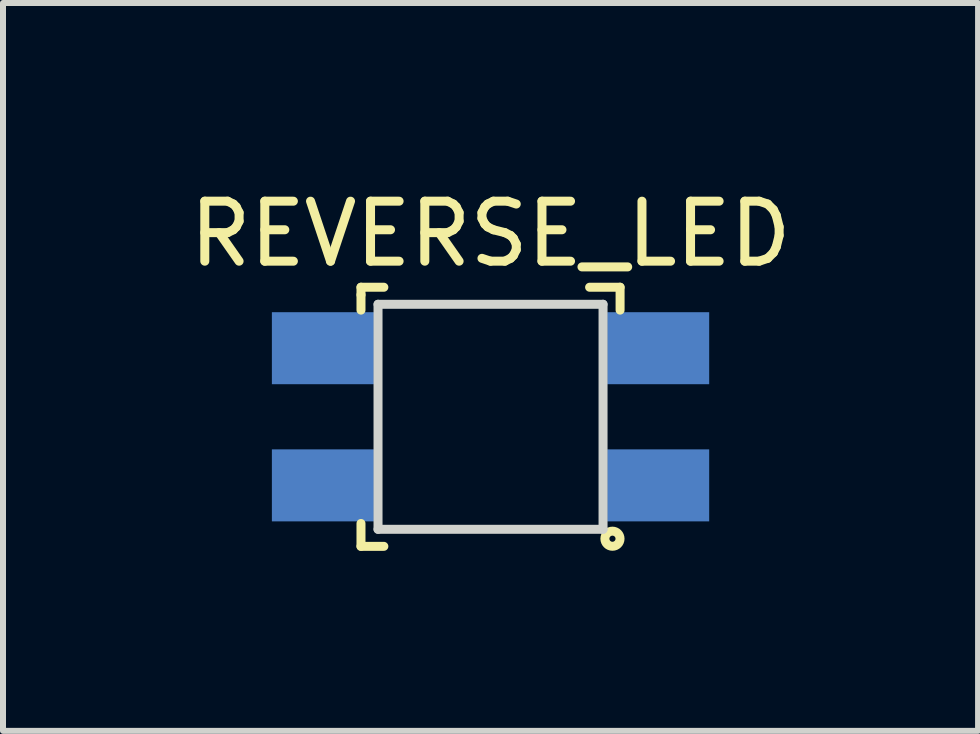
<source format=kicad_pcb>
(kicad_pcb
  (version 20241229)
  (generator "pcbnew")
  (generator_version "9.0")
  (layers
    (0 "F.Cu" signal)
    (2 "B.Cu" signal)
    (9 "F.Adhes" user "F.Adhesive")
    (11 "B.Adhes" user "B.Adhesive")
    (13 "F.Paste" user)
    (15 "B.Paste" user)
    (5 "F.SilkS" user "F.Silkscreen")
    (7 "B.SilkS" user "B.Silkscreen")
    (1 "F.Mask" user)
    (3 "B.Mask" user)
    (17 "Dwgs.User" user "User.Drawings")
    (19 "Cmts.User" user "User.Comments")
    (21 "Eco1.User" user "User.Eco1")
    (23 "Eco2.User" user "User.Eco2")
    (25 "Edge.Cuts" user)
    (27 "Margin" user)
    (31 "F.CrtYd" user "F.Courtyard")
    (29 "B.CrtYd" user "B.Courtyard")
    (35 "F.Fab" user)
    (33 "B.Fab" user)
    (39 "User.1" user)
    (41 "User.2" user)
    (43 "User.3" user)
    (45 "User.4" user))
  (footprint "REVERSE_LED"
    (layer "F.Cu")
    (at 5.125 3.896)
    (property "Reference" "REVERSE_LED" (at 0 -3.048 0) (layer "F.SilkS") (effects (font (size 1 1) (thickness 0.15))))
    (attr through_hole)
    (fp_line (start -2.159 -2.159) (end -1.778 -2.159) (stroke (width 0.15) (type solid)) (layer "F.SilkS"))
    (fp_line (start -2.159 -2.032) (end -2.159 -2.159) (stroke (width 0.15) (type solid)) (layer "F.SilkS"))
    (fp_line (start -2.159 -1.778) (end -2.159 -2.032) (stroke (width 0.15) (type solid)) (layer "F.SilkS"))
    (fp_line (start -2.159 1.778) (end -2.159 2.159) (stroke (width 0.15) (type solid)) (layer "F.SilkS"))
    (fp_line (start -2.159 2.159) (end -1.778 2.159) (stroke (width 0.15) (type solid)) (layer "F.SilkS"))
    (fp_line (start 1.651 -2.159) (end 2.159 -2.159) (stroke (width 0.15) (type solid)) (layer "F.SilkS"))
    (fp_line (start 2.159 -2.159) (end 2.159 -1.778) (stroke (width 0.15) (type solid)) (layer "F.SilkS"))
    (fp_circle (center 2.032 2.032) (end 2.083 2.032) (stroke (width 0.15) (type solid)) (fill no) (layer "F.SilkS"))
    (fp_line (start -1.875 -1.875) (end 1.875 -1.875) (stroke (width 0.15) (type solid)) (layer "Edge.Cuts"))
    (fp_line (start -1.875 1.875) (end -1.875 -1.875) (stroke (width 0.15) (type solid)) (layer "Edge.Cuts"))
    (fp_line (start 1.875 -1.875) (end 1.875 1.875) (stroke (width 0.15) (type solid)) (layer "Edge.Cuts"))
    (fp_line (start 1.875 1.875) (end -1.875 1.875) (stroke (width 0.15) (type solid)) (layer "Edge.Cuts"))
    (pad "1" smd rect (at -2.794 -1.143) (size 1.7 1.2) (layers "B.Cu" "B.Mask" "B.Paste"))
    (pad "2" smd rect (at -2.794 1.143) (size 1.7 1.2) (layers "B.Cu" "B.Mask" "B.Paste"))
    (pad "3" smd rect (at 2.794 -1.143) (size 1.7 1.2) (layers "B.Cu" "B.Mask" "B.Paste"))
    (pad "4" smd rect (at 2.794 1.143) (size 1.7 1.2) (layers "B.Cu" "B.Mask" "B.Paste")))
  (gr_rect
    (start -3 -3)
    (end 13.25 9.13)
    (stroke (width 0.1) (type default))
    (fill no)
    (layer "Edge.Cuts")))
</source>
